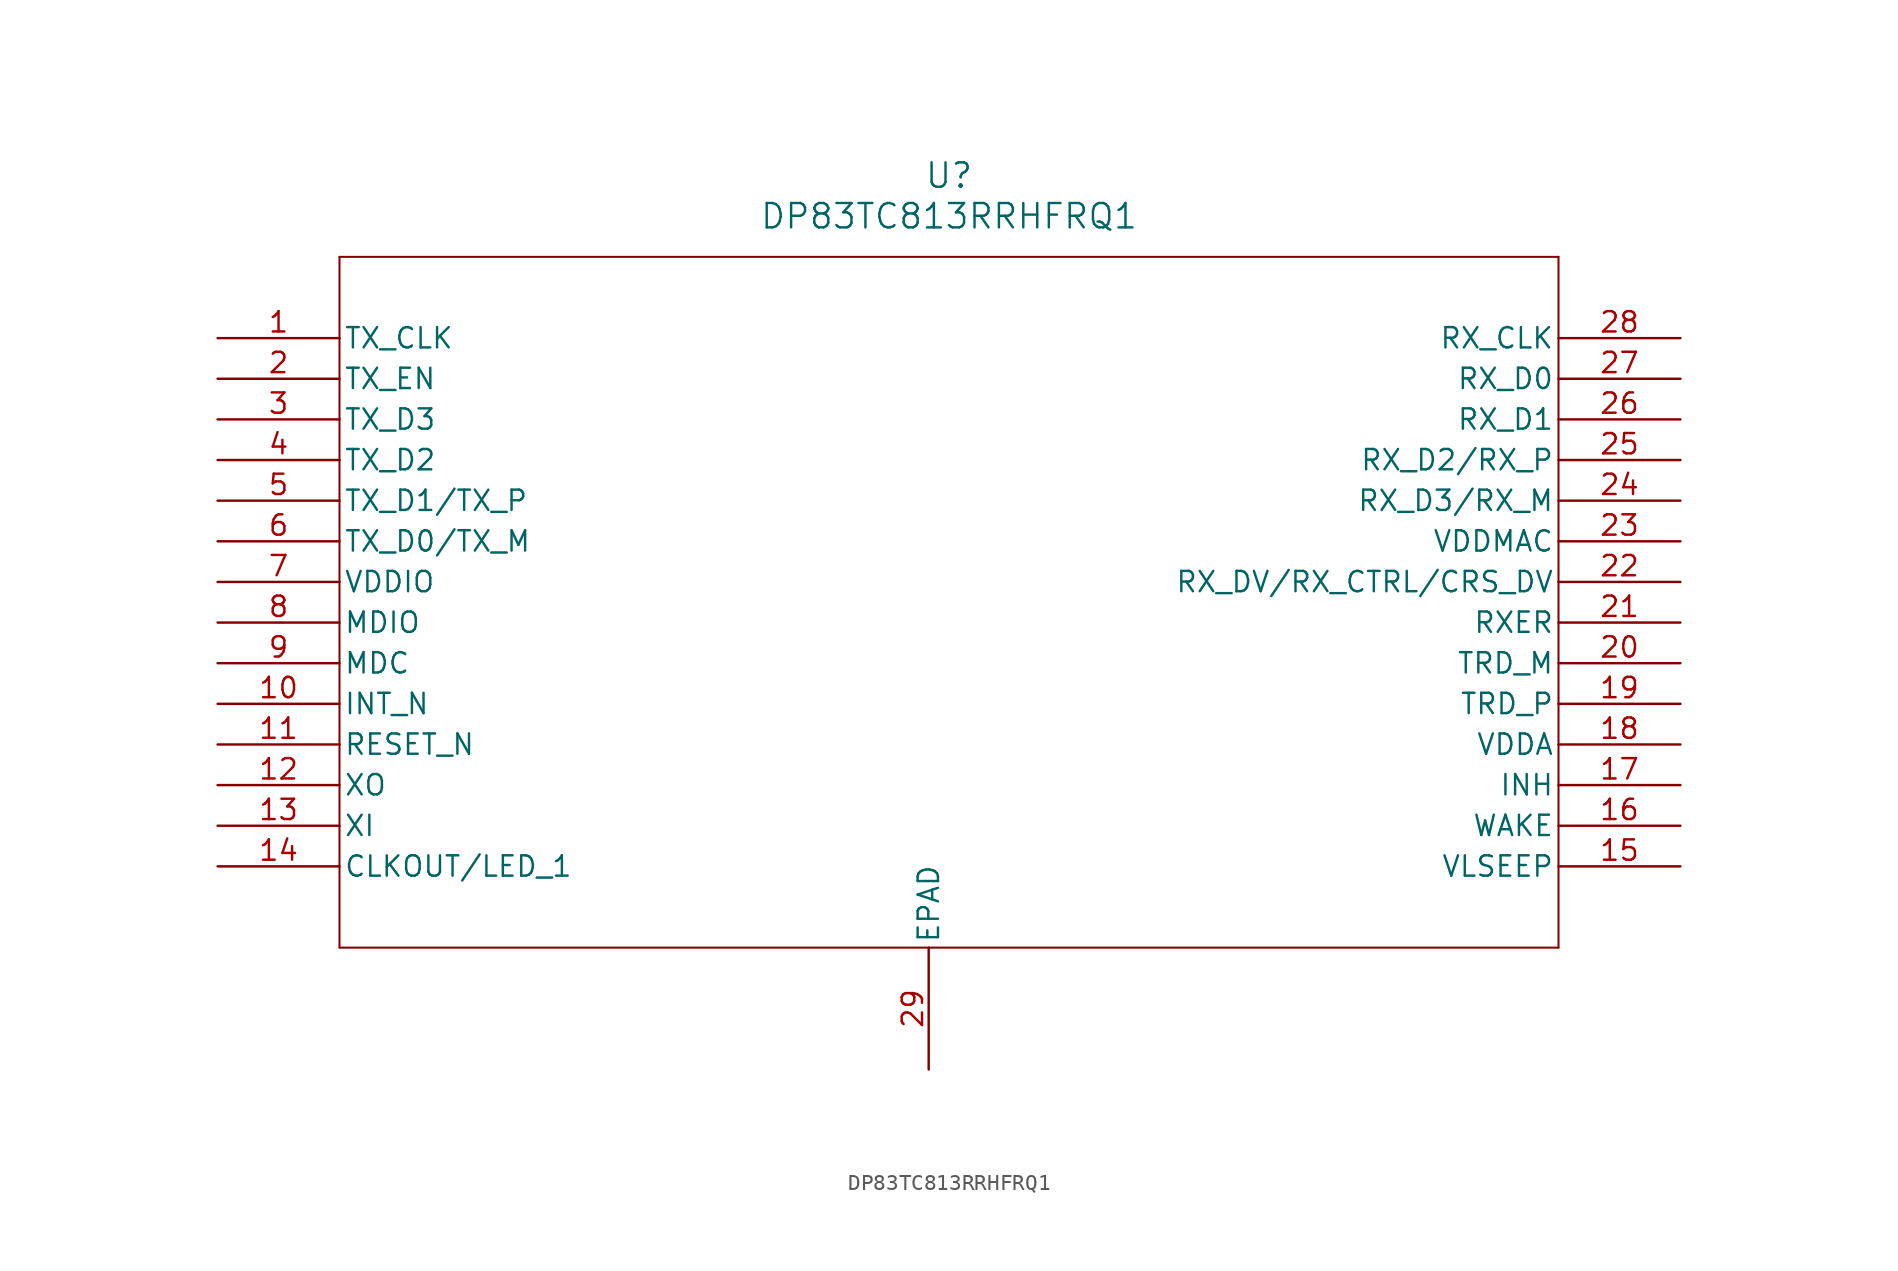
<source format=kicad_sym>
(kicad_symbol_lib
  (version 20211014)
  (generator kicad_symbol_editor)
  (symbol "DP83TC813RRHFRQ1"
    (pin_names
      (offset 0.254))
    (property "Reference" "U"
      (at 45.72 10.16 0)
      (effects (font (size 1.524 1.524))))
    (property "Value" "DP83TC813RRHFRQ1"
      (at 45.72 7.62 0)
      (effects (font (size 1.524 1.524))))
    (property "ki_locked" ""
      (at 0 0 0)
      (effects (font (size 1.27 1.27))))
    (symbol "DP83TC813RRHFRQ1_0_1"
      (polyline (pts (xy 7.62 -38.1) (xy 83.82 -38.1)) (stroke (width 0.127) (type default) (color 0 0 0 0)) (fill (type none)))
      (polyline (pts (xy 7.62 5.08) (xy 7.62 -38.1)) (stroke (width 0.127) (type default) (color 0 0 0 0)) (fill (type none)))
      (polyline (pts (xy 83.82 -38.1) (xy 83.82 5.08)) (stroke (width 0.127) (type default) (color 0 0 0 0)) (fill (type none)))
      (polyline (pts (xy 83.82 5.08) (xy 7.62 5.08)) (stroke (width 0.127) (type default) (color 0 0 0 0)) (fill (type none)))
      (pin bidirectional line (at 0 0 0) (length 7.62) (name "TX_CLK" (effects (font (size 1.27 1.27)))) (number "1" (effects (font (size 1.27 1.27)))))
      (pin input line (at 0 -22.86 0) (length 7.62) (name "INT_N" (effects (font (size 1.27 1.27)))) (number "10" (effects (font (size 1.27 1.27)))))
      (pin input line (at 0 -25.4 0) (length 7.62) (name "RESET_N" (effects (font (size 1.27 1.27)))) (number "11" (effects (font (size 1.27 1.27)))))
      (pin output line (at 0 -27.94 0) (length 7.62) (name "XO" (effects (font (size 1.27 1.27)))) (number "12" (effects (font (size 1.27 1.27)))))
      (pin input line (at 0 -30.48 0) (length 7.62) (name "XI" (effects (font (size 1.27 1.27)))) (number "13" (effects (font (size 1.27 1.27)))))
      (pin output line (at 0 -33.02 0) (length 7.62) (name "CLKOUT/LED_1" (effects (font (size 1.27 1.27)))) (number "14" (effects (font (size 1.27 1.27)))))
      (pin power_in line (at 91.44 -33.02 180) (length 7.62) (name "VLSEEP" (effects (font (size 1.27 1.27)))) (number "15" (effects (font (size 1.27 1.27)))))
      (pin bidirectional line (at 91.44 -30.48 180) (length 7.62) (name "WAKE" (effects (font (size 1.27 1.27)))) (number "16" (effects (font (size 1.27 1.27)))))
      (pin output line (at 91.44 -27.94 180) (length 7.62) (name "INH" (effects (font (size 1.27 1.27)))) (number "17" (effects (font (size 1.27 1.27)))))
      (pin power_in line (at 91.44 -25.4 180) (length 7.62) (name "VDDA" (effects (font (size 1.27 1.27)))) (number "18" (effects (font (size 1.27 1.27)))))
      (pin bidirectional line (at 91.44 -22.86 180) (length 7.62) (name "TRD_P" (effects (font (size 1.27 1.27)))) (number "19" (effects (font (size 1.27 1.27)))))
      (pin input line (at 0 -2.54 0) (length 7.62) (name "TX_EN" (effects (font (size 1.27 1.27)))) (number "2" (effects (font (size 1.27 1.27)))))
      (pin bidirectional line (at 91.44 -20.32 180) (length 7.62) (name "TRD_M" (effects (font (size 1.27 1.27)))) (number "20" (effects (font (size 1.27 1.27)))))
      (pin output line (at 91.44 -17.78 180) (length 7.62) (name "RXER" (effects (font (size 1.27 1.27)))) (number "21" (effects (font (size 1.27 1.27)))))
      (pin output line (at 91.44 -15.24 180) (length 7.62) (name "RX_DV/RX_CTRL/CRS_DV" (effects (font (size 1.27 1.27)))) (number "22" (effects (font (size 1.27 1.27)))))
      (pin power_in line (at 91.44 -12.7 180) (length 7.62) (name "VDDMAC" (effects (font (size 1.27 1.27)))) (number "23" (effects (font (size 1.27 1.27)))))
      (pin bidirectional line (at 91.44 -10.16 180) (length 7.62) (name "RX_D3/RX_M" (effects (font (size 1.27 1.27)))) (number "24" (effects (font (size 1.27 1.27)))))
      (pin bidirectional line (at 91.44 -7.62 180) (length 7.62) (name "RX_D2/RX_P" (effects (font (size 1.27 1.27)))) (number "25" (effects (font (size 1.27 1.27)))))
      (pin bidirectional line (at 91.44 -5.08 180) (length 7.62) (name "RX_D1" (effects (font (size 1.27 1.27)))) (number "26" (effects (font (size 1.27 1.27)))))
      (pin bidirectional line (at 91.44 -2.54 180) (length 7.62) (name "RX_D0" (effects (font (size 1.27 1.27)))) (number "27" (effects (font (size 1.27 1.27)))))
      (pin output line (at 91.44 0 180) (length 7.62) (name "RX_CLK" (effects (font (size 1.27 1.27)))) (number "28" (effects (font (size 1.27 1.27)))))
      (pin power_out line (at 44.45 -45.72 90) (length 7.62) (name "EPAD" (effects (font (size 1.27 1.27)))) (number "29" (effects (font (size 1.27 1.27)))))
      (pin bidirectional line (at 0 -5.08 0) (length 7.62) (name "TX_D3" (effects (font (size 1.27 1.27)))) (number "3" (effects (font (size 1.27 1.27)))))
      (pin bidirectional line (at 0 -7.62 0) (length 7.62) (name "TX_D2" (effects (font (size 1.27 1.27)))) (number "4" (effects (font (size 1.27 1.27)))))
      (pin bidirectional line (at 0 -10.16 0) (length 7.62) (name "TX_D1/TX_P" (effects (font (size 1.27 1.27)))) (number "5" (effects (font (size 1.27 1.27)))))
      (pin bidirectional line (at 0 -12.7 0) (length 7.62) (name "TX_D0/TX_M" (effects (font (size 1.27 1.27)))) (number "6" (effects (font (size 1.27 1.27)))))
      (pin power_in line (at 0 -15.24 0) (length 7.62) (name "VDDIO" (effects (font (size 1.27 1.27)))) (number "7" (effects (font (size 1.27 1.27)))))
      (pin bidirectional line (at 0 -17.78 0) (length 7.62) (name "MDIO" (effects (font (size 1.27 1.27)))) (number "8" (effects (font (size 1.27 1.27)))))
      (pin input line (at 0 -20.32 0) (length 7.62) (name "MDC" (effects (font (size 1.27 1.27)))) (number "9" (effects (font (size 1.27 1.27))))))))
</source>
